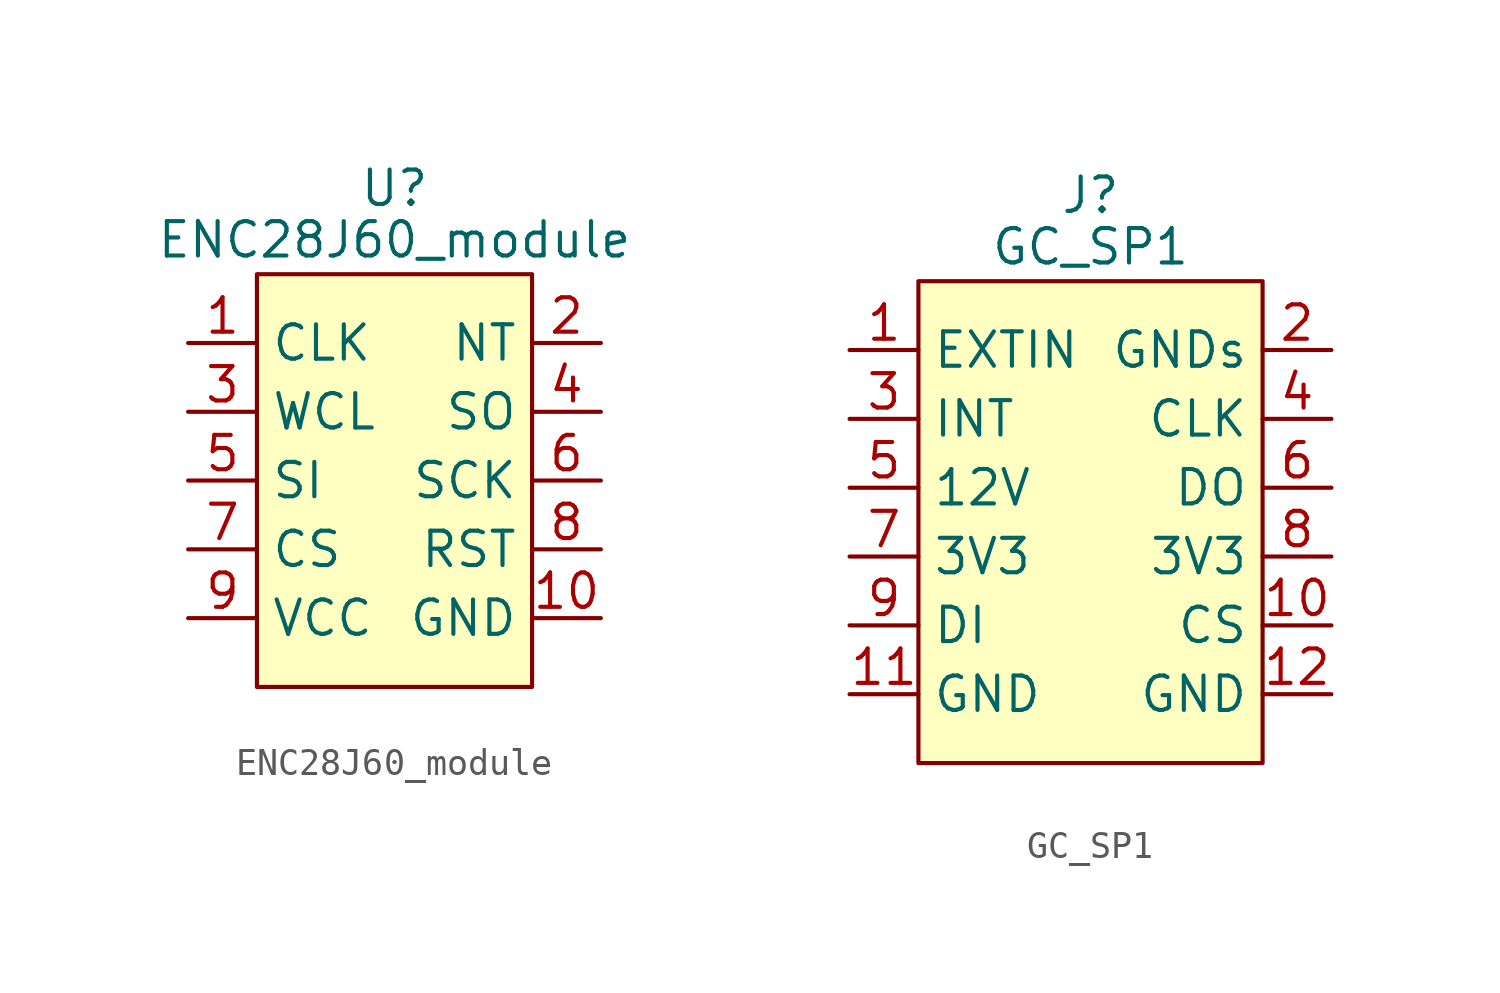
<source format=kicad_sym>
(kicad_symbol_lib
  (version 20231120)
  (generator "kicad_symbol_editor")
  (generator_version "8.0")
  (symbol "ENC28J60_module"
    (property "Reference" "U"
      (at 0 3.175 0)
      (effects (font (size 1.27 1.27))))
    (property "Value" "ENC28J60_module"
      (at 0 1.27 0)
      (effects (font (size 1.27 1.27))))
    (symbol "ENC28J60_module_1_1"
      (rectangle (start -5.08 0) (end 5.08 -15.24) (stroke (width 0) (type default)) (fill (type background)))
      (pin input line (at -7.62 -2.54 0) (length 2.54) (name "CLK" (effects (font (size 1.27 1.27)))) (number "1" (effects (font (size 1.27 1.27)))))
      (pin input line (at 7.62 -12.7 180) (length 2.54) (name "GND" (effects (font (size 1.27 1.27)))) (number "10" (effects (font (size 1.27 1.27)))))
      (pin input line (at 7.62 -2.54 180) (length 2.54) (name "NT" (effects (font (size 1.27 1.27)))) (number "2" (effects (font (size 1.27 1.27)))))
      (pin input line (at -7.62 -5.08 0) (length 2.54) (name "WCL" (effects (font (size 1.27 1.27)))) (number "3" (effects (font (size 1.27 1.27)))))
      (pin input line (at 7.62 -5.08 180) (length 2.54) (name "SO" (effects (font (size 1.27 1.27)))) (number "4" (effects (font (size 1.27 1.27)))))
      (pin input line (at -7.62 -7.62 0) (length 2.54) (name "SI" (effects (font (size 1.27 1.27)))) (number "5" (effects (font (size 1.27 1.27)))))
      (pin input line (at 7.62 -7.62 180) (length 2.54) (name "SCK" (effects (font (size 1.27 1.27)))) (number "6" (effects (font (size 1.27 1.27)))))
      (pin input line (at -7.62 -10.16 0) (length 2.54) (name "CS" (effects (font (size 1.27 1.27)))) (number "7" (effects (font (size 1.27 1.27)))))
      (pin input line (at 7.62 -10.16 180) (length 2.54) (name "RST" (effects (font (size 1.27 1.27)))) (number "8" (effects (font (size 1.27 1.27)))))
      (pin input line (at -7.62 -12.7 0) (length 2.54) (name "VCC" (effects (font (size 1.27 1.27)))) (number "9" (effects (font (size 1.27 1.27)))))))
  (symbol "GC_SP1"
    (property "Reference" "J"
      (at 0 3.175 0)
      (effects (font (size 1.27 1.27))))
    (property "Value" "GC_SP1"
      (at 0 1.27 0)
      (effects (font (size 1.27 1.27))))
    (symbol "GC_SP1_1_1"
      (rectangle (start -6.35 0) (end 6.35 -17.78) (stroke (width 0) (type default)) (fill (type background)))
      (pin input line (at -8.89 -2.54 0) (length 2.54) (name "EXTIN" (effects (font (size 1.27 1.27)))) (number "1" (effects (font (size 1.27 1.27)))))
      (pin input line (at 8.89 -12.7 180) (length 2.54) (name "CS" (effects (font (size 1.27 1.27)))) (number "10" (effects (font (size 1.27 1.27)))))
      (pin input line (at -8.89 -15.24 0) (length 2.54) (name "GND" (effects (font (size 1.27 1.27)))) (number "11" (effects (font (size 1.27 1.27)))))
      (pin input line (at 8.89 -15.24 180) (length 2.54) (name "GND" (effects (font (size 1.27 1.27)))) (number "12" (effects (font (size 1.27 1.27)))))
      (pin input line (at 8.89 -2.54 180) (length 2.54) (name "GNDs" (effects (font (size 1.27 1.27)))) (number "2" (effects (font (size 1.27 1.27)))))
      (pin input line (at -8.89 -5.08 0) (length 2.54) (name "INT" (effects (font (size 1.27 1.27)))) (number "3" (effects (font (size 1.27 1.27)))))
      (pin input line (at 8.89 -5.08 180) (length 2.54) (name "CLK" (effects (font (size 1.27 1.27)))) (number "4" (effects (font (size 1.27 1.27)))))
      (pin input line (at -8.89 -7.62 0) (length 2.54) (name "12V" (effects (font (size 1.27 1.27)))) (number "5" (effects (font (size 1.27 1.27)))))
      (pin input line (at 8.89 -7.62 180) (length 2.54) (name "DO" (effects (font (size 1.27 1.27)))) (number "6" (effects (font (size 1.27 1.27)))))
      (pin input line (at -8.89 -10.16 0) (length 2.54) (name "3V3" (effects (font (size 1.27 1.27)))) (number "7" (effects (font (size 1.27 1.27)))))
      (pin input line (at 8.89 -10.16 180) (length 2.54) (name "3V3" (effects (font (size 1.27 1.27)))) (number "8" (effects (font (size 1.27 1.27)))))
      (pin input line (at -8.89 -12.7 0) (length 2.54) (name "DI" (effects (font (size 1.27 1.27)))) (number "9" (effects (font (size 1.27 1.27))))))))
</source>
